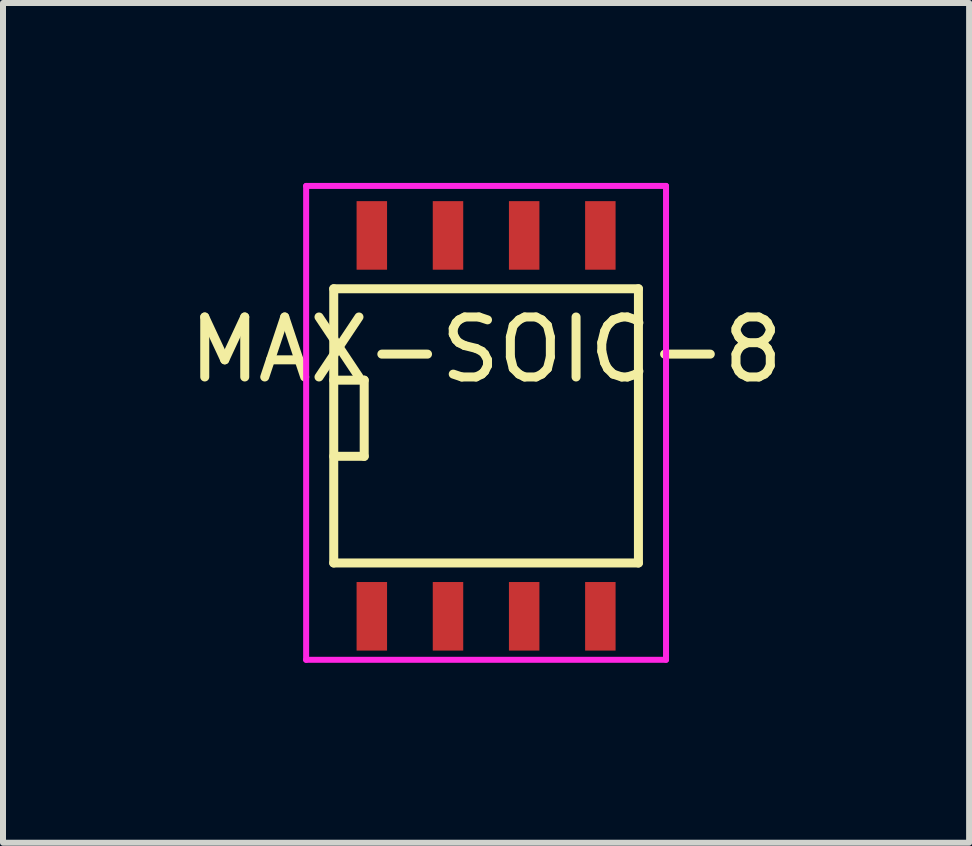
<source format=kicad_pcb>
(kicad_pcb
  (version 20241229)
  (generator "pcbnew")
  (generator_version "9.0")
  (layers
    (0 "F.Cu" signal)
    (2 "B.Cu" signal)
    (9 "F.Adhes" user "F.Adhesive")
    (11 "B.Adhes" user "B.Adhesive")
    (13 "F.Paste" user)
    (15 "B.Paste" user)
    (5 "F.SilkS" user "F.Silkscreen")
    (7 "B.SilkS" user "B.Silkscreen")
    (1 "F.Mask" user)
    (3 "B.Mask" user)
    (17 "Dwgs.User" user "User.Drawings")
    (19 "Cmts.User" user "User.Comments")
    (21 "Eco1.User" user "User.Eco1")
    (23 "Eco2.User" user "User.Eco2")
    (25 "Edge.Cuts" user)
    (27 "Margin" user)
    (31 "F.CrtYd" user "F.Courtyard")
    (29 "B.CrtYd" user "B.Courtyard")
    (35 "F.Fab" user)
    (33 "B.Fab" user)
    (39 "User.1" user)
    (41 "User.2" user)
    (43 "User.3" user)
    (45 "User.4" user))
  (footprint "MAX-SOIC-8"
    (layer "F.Cu")
    (at 5.054 4.05)
    (property "Reference" "MAX-SOIC-8" (at 0 -1.27 0) (layer "F.SilkS") (effects (font (size 1 1) (thickness 0.15))))
    (attr smd)
    (fp_line (start -2.54 -2.286) (end 2.54 -2.286) (stroke (width 0.15) (type solid)) (layer "F.SilkS"))
    (fp_line (start -2.54 -0.762) (end -2.032 -0.762) (stroke (width 0.15) (type solid)) (layer "F.SilkS"))
    (fp_line (start -2.54 2.286) (end -2.54 -2.286) (stroke (width 0.15) (type solid)) (layer "F.SilkS"))
    (fp_line (start -2.032 -0.762) (end -2.032 0.508) (stroke (width 0.15) (type solid)) (layer "F.SilkS"))
    (fp_line (start -2.032 0.508) (end -2.54 0.508) (stroke (width 0.15) (type solid)) (layer "F.SilkS"))
    (fp_line (start 2.54 -2.286) (end 2.54 2.286) (stroke (width 0.15) (type solid)) (layer "F.SilkS"))
    (fp_line (start 2.54 2.286) (end -2.54 2.286) (stroke (width 0.15) (type solid)) (layer "F.SilkS"))
    (fp_line (start -3 -4) (end 3 -4) (stroke (width 0.1) (type solid)) (layer "F.CrtYd"))
    (fp_line (start -3 3.9) (end -3 -4) (stroke (width 0.1) (type solid)) (layer "F.CrtYd"))
    (fp_line (start 3 -4) (end 3 3.9) (stroke (width 0.1) (type solid)) (layer "F.CrtYd"))
    (fp_line (start 3 3.9) (end -3 3.9) (stroke (width 0.1) (type solid)) (layer "F.CrtYd"))
    (pad "1" smd rect (at -1.905 3.175) (size 0.508 1.143) (layers "F.Cu" "F.Mask" "F.Paste"))
    (pad "2" smd rect (at -0.635 3.175) (size 0.508 1.143) (layers "F.Cu" "F.Mask" "F.Paste"))
    (pad "3" smd rect (at 0.635 3.175) (size 0.508 1.143) (layers "F.Cu" "F.Mask" "F.Paste"))
    (pad "4" smd rect (at 1.905 3.175) (size 0.508 1.143) (layers "F.Cu" "F.Mask" "F.Paste"))
    (pad "5" smd rect (at 1.905 -3.175) (size 0.508 1.143) (layers "F.Cu" "F.Mask" "F.Paste"))
    (pad "6" smd rect (at 0.635 -3.175) (size 0.508 1.143) (layers "F.Cu" "F.Mask" "F.Paste"))
    (pad "7" smd rect (at -0.635 -3.175) (size 0.508 1.143) (layers "F.Cu" "F.Mask" "F.Paste"))
    (pad "8" smd rect (at -1.905 -3.175) (size 0.508 1.143) (layers "F.Cu" "F.Mask" "F.Paste")))
  (gr_rect
    (start -3 -3)
    (end 13.107 11)
    (stroke (width 0.1) (type default))
    (fill no)
    (layer "Edge.Cuts")))
</source>
